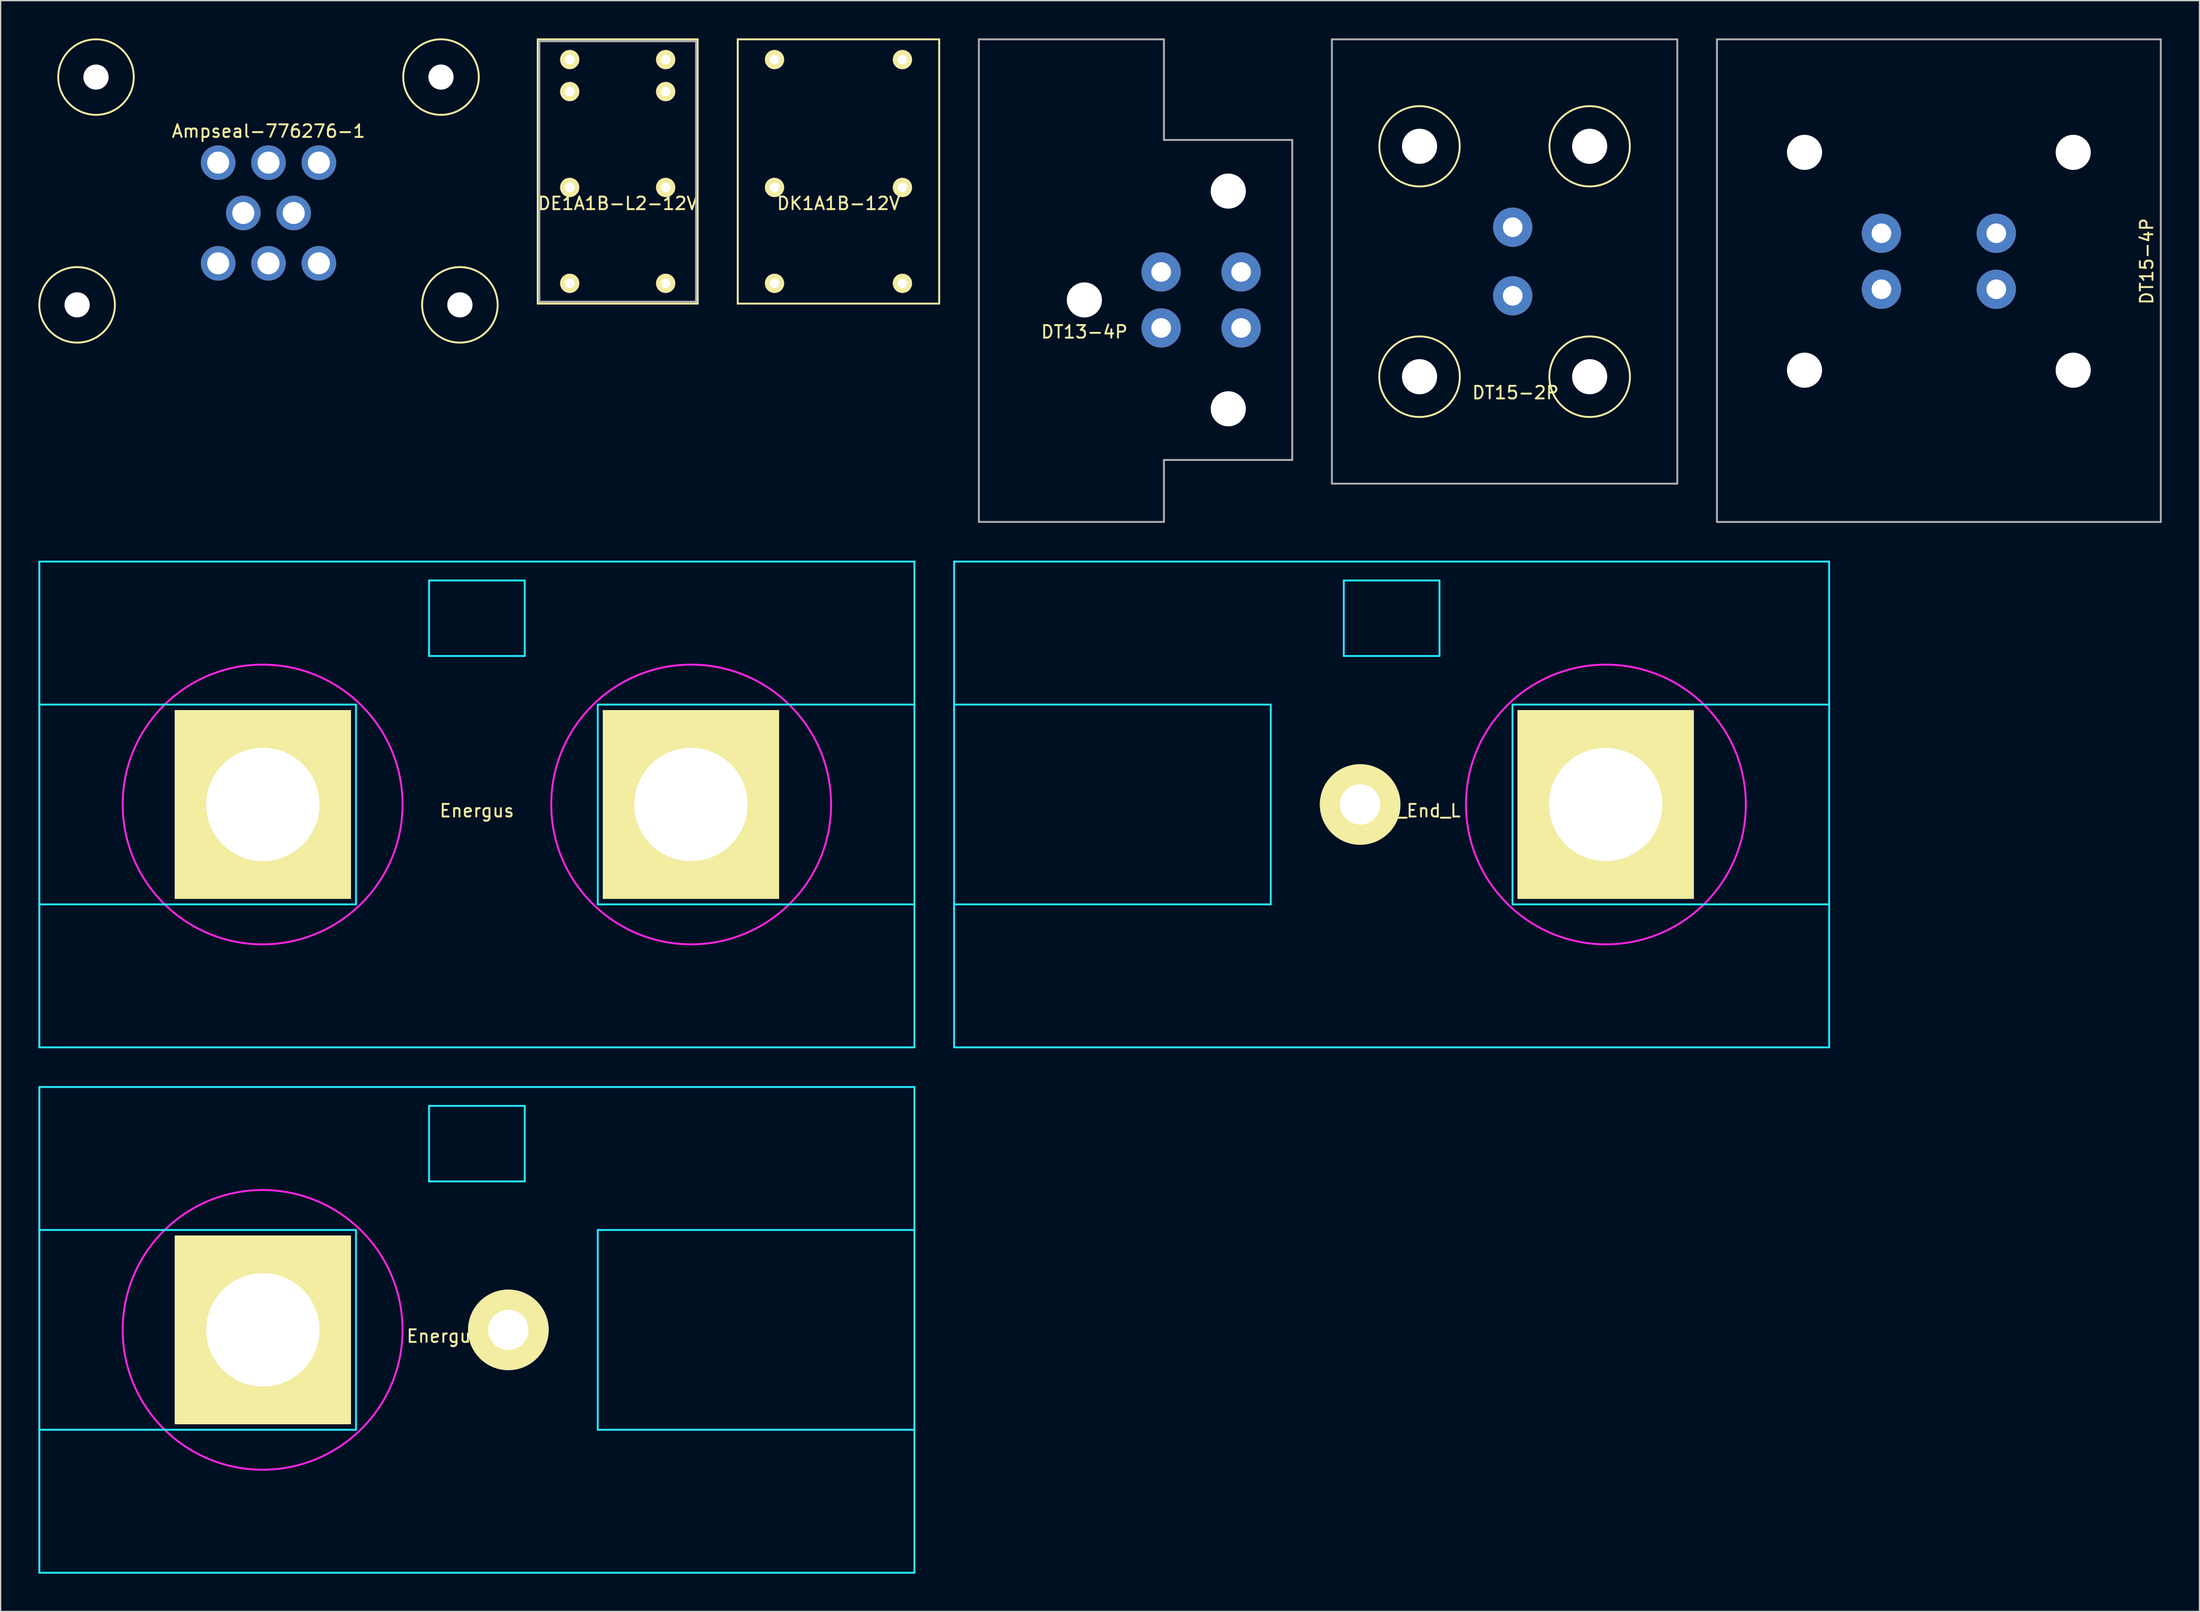
<source format=kicad_pcb>
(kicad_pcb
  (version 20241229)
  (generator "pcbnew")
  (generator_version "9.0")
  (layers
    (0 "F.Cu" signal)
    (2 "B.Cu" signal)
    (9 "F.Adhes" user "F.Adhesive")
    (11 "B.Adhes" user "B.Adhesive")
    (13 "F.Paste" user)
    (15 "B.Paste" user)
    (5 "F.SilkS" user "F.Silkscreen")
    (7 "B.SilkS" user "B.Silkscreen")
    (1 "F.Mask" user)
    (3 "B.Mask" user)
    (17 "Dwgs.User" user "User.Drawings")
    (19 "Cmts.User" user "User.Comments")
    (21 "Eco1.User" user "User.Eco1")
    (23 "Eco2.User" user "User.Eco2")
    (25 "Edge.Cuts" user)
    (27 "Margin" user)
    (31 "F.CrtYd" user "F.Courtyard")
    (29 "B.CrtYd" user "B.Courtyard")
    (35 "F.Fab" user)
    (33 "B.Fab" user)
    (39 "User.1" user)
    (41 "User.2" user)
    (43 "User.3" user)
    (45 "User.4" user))
  (footprint "DT15-2P"
    (layer "F.Cu")
    (at 109.692 26.885)
    (property "Reference" "DT15-2P" (at 7.62 1.27 0) (layer "F.SilkS") (effects (font (size 1 1) (thickness 0.15))))
    (attr through_hole)
    (fp_circle (center 0 -18.31) (end 0 -21.5) (stroke (width 0.15) (type solid)) (fill no) (layer "F.SilkS"))
    (fp_circle (center 0 0) (end 0 -3.2) (stroke (width 0.15) (type solid)) (fill no) (layer "F.SilkS"))
    (fp_circle (center 13.51 -18.31) (end 13.51 -21.5) (stroke (width 0.15) (type solid)) (fill no) (layer "F.SilkS"))
    (fp_circle (center 13.51 0) (end 13.51 -3.2) (stroke (width 0.15) (type solid)) (fill no) (layer "F.SilkS"))
    (fp_line (start -6.96 8.5) (end -6.96 -26.81) (stroke (width 0.15) (type solid)) (layer "F.Fab"))
    (fp_line (start -6.96 8.5) (end 20.47 8.5) (stroke (width 0.15) (type solid)) (layer "F.Fab"))
    (fp_line (start 20.47 -26.81) (end -6.96 -26.81) (stroke (width 0.15) (type solid)) (layer "F.Fab"))
    (fp_line (start 20.47 8.5) (end 20.47 -26.81) (stroke (width 0.15) (type solid)) (layer "F.Fab"))
    (pad "" np_thru_hole circle (at 0 -18.31) (size 2.79 2.79) (drill 2.79) (layers "*.Cu" "*.Mask"))
    (pad "" np_thru_hole circle (at 0 0) (size 2.79 2.79) (drill 2.79) (layers "*.Cu" "*.Mask"))
    (pad "" np_thru_hole circle (at 13.51 -18.31) (size 2.79 2.79) (drill 2.79) (layers "*.Cu" "*.Mask"))
    (pad "" np_thru_hole circle (at 13.51 0) (size 2.79 2.79) (drill 2.79) (layers "*.Cu" "*.Mask"))
    (pad "1" thru_hole circle (at 7.4 -6.43) (size 3.12 3.12) (drill 1.56) (layers "*.Cu" "*.Mask"))
    (pad "2" thru_hole circle (at 7.4 -11.88) (size 3.12 3.12) (drill 1.56) (layers "*.Cu" "*.Mask")))
  (footprint "Ampseal-776276-1"
    (layer "F.Cu")
    (at 18.275 13.875)
    (property "Reference" "Ampseal-776276-1" (at 0 -6.5 0) (layer "F.SilkS") (effects (font (size 1 1) (thickness 0.15))))
    (attr through_hole)
    (fp_circle (center -15.2 7.3) (end -15.2 10.3) (stroke (width 0.15) (type solid)) (fill no) (layer "F.SilkS"))
    (fp_circle (center -13.7 -10.8) (end -10.7 -10.8) (stroke (width 0.15) (type solid)) (fill no) (layer "F.SilkS"))
    (fp_circle (center 13.7 -10.8) (end 16.7 -10.8) (stroke (width 0.15) (type solid)) (fill no) (layer "F.SilkS"))
    (fp_circle (center 15.2 7.3) (end 15.2 10.3) (stroke (width 0.15) (type solid)) (fill no) (layer "F.SilkS"))
    (pad "" np_thru_hole circle (at -15.2 7.3) (size 2 2) (drill 2) (layers "*.Cu" "*.Mask"))
    (pad "" np_thru_hole circle (at -13.7 -10.8) (size 2 2) (drill 2) (layers "*.Cu" "*.Mask"))
    (pad "" np_thru_hole circle (at 13.7 -10.8) (size 2 2) (drill 2) (layers "*.Cu" "*.Mask"))
    (pad "" np_thru_hole circle (at 15.2 7.3) (size 2 2) (drill 2) (layers "*.Cu" "*.Mask"))
    (pad "1" thru_hole circle (at -4 -4) (size 2.75 2.75) (drill 1.75) (layers "*.Cu" "*.Mask"))
    (pad "2" thru_hole circle (at 0 -4) (size 2.75 2.75) (drill 1.75) (layers "*.Cu" "*.Mask"))
    (pad "3" thru_hole circle (at 4 -4) (size 2.75 2.75) (drill 1.75) (layers "*.Cu" "*.Mask"))
    (pad "4" thru_hole circle (at -2 0) (size 2.75 2.75) (drill 1.75) (layers "*.Cu" "*.Mask"))
    (pad "5" thru_hole circle (at 2 0) (size 2.75 2.75) (drill 1.75) (layers "*.Cu" "*.Mask"))
    (pad "6" thru_hole circle (at -4 4) (size 2.75 2.75) (drill 1.75) (layers "*.Cu" "*.Mask"))
    (pad "7" thru_hole circle (at 0 4) (size 2.75 2.75) (drill 1.75) (layers "*.Cu" "*.Mask"))
    (pad "8" thru_hole circle (at 4 4) (size 2.75 2.75) (drill 1.75) (layers "*.Cu" "*.Mask")))
  (footprint "DT13-4P"
    (layer "F.Cu")
    (at 83.072 20.785)
    (property "Reference" "DT13-4P" (at 0 2.54 0) (layer "F.SilkS") (effects (font (size 1 1) (thickness 0.15))))
    (attr through_hole)
    (fp_line (start -8.38 -20.71) (end -8.38 17.64) (stroke (width 0.15) (type solid)) (layer "F.Fab"))
    (fp_line (start 6.32 -20.71) (end -8.38 -20.71) (stroke (width 0.15) (type solid)) (layer "F.Fab"))
    (fp_line (start 6.32 -12.715) (end 6.32 -20.71) (stroke (width 0.15) (type solid)) (layer "F.Fab"))
    (fp_line (start 6.32 12.715) (end 6.32 17.64) (stroke (width 0.15) (type solid)) (layer "F.Fab"))
    (fp_line (start 6.32 17.64) (end -8.38 17.64) (stroke (width 0.15) (type solid)) (layer "F.Fab"))
    (fp_line (start 16.51 -12.715) (end 6.32 -12.715) (stroke (width 0.15) (type solid)) (layer "F.Fab"))
    (fp_line (start 16.51 -12.715) (end 16.51 12.715) (stroke (width 0.15) (type solid)) (layer "F.Fab"))
    (fp_line (start 16.51 12.715) (end 6.32 12.715) (stroke (width 0.15) (type solid)) (layer "F.Fab"))
    (pad "" np_thru_hole circle (at 0 0) (size 2.79 2.79) (drill 2.79) (layers "*.Cu" "*.Mask"))
    (pad "" np_thru_hole circle (at 11.43 -8.65) (size 2.79 2.79) (drill 2.79) (layers "*.Cu" "*.Mask"))
    (pad "" np_thru_hole circle (at 11.43 8.65) (size 2.79 2.79) (drill 2.79) (layers "*.Cu" "*.Mask"))
    (pad "1" thru_hole circle (at 12.45 -2.225) (size 3.12 3.12) (drill 1.56) (layers "*.Cu" "*.Mask"))
    (pad "2" thru_hole circle (at 12.45 2.225) (size 3.12 3.12) (drill 1.56) (layers "*.Cu" "*.Mask"))
    (pad "3" thru_hole circle (at 6.1 2.225) (size 3.12 3.12) (drill 1.56) (layers "*.Cu" "*.Mask"))
    (pad "4" thru_hole circle (at 6.1 -2.225) (size 3.12 3.12) (drill 1.56) (layers "*.Cu" "*.Mask")))
  (footprint "Energus"
    (layer "F.Cu")
    (at 34.825 60.878)
    (property "Reference" "Energus" (at 0 0.5 0) (layer "F.SilkS") (effects (font (size 1 1) (thickness 0.15))))
    (attr through_hole)
    (fp_line (start -34.75 -19.3) (end 34.75 -19.3) (stroke (width 0.15) (type solid)) (layer "B.CrtYd"))
    (fp_line (start -34.75 -7.938) (end -9.6 -7.938) (stroke (width 0.15) (type solid)) (layer "B.CrtYd"))
    (fp_line (start -34.75 7.938) (end -9.6 7.938) (stroke (width 0.15) (type solid)) (layer "B.CrtYd"))
    (fp_line (start -34.75 19.3) (end -34.75 -19.3) (stroke (width 0.15) (type solid)) (layer "B.CrtYd"))
    (fp_line (start -34.75 19.3) (end 34.75 19.3) (stroke (width 0.15) (type solid)) (layer "B.CrtYd"))
    (fp_line (start -9.6 -7.938) (end -9.6 7.938) (stroke (width 0.15) (type solid)) (layer "B.CrtYd"))
    (fp_line (start -3.8 -11.8) (end -3.8 -17.8) (stroke (width 0.15) (type solid)) (layer "B.CrtYd"))
    (fp_line (start 3.8 -17.8) (end -3.8 -17.8) (stroke (width 0.15) (type solid)) (layer "B.CrtYd"))
    (fp_line (start 3.8 -17.8) (end 3.8 -11.8) (stroke (width 0.15) (type solid)) (layer "B.CrtYd"))
    (fp_line (start 3.8 -11.8) (end -3.8 -11.8) (stroke (width 0.15) (type solid)) (layer "B.CrtYd"))
    (fp_line (start 9.6 7.938) (end 9.6 -7.938) (stroke (width 0.15) (type solid)) (layer "B.CrtYd"))
    (fp_line (start 34.75 -7.938) (end 9.6 -7.938) (stroke (width 0.15) (type solid)) (layer "B.CrtYd"))
    (fp_line (start 34.75 7.938) (end 9.6 7.938) (stroke (width 0.15) (type solid)) (layer "B.CrtYd"))
    (fp_line (start 34.75 19.3) (end 34.75 -19.3) (stroke (width 0.15) (type solid)) (layer "B.CrtYd"))
    (fp_circle (center -17.018 0) (end -5.905 0) (stroke (width 0.15) (type solid)) (fill no) (layer "F.CrtYd"))
    (fp_circle (center 17.018 0) (end 28.131 0) (stroke (width 0.15) (type solid)) (fill no) (layer "F.CrtYd"))
    (pad "1" thru_hole rect (at 17 0) (size 14 15) (drill 9) (layers "*.Mask" "B.Cu" "F.SilkS"))
    (pad "2" thru_hole rect (at -17 0) (size 14 15) (drill 9) (layers "*.Mask" "B.Cu" "F.SilkS")))
  (footprint "Energus_End_R"
    (layer "F.Cu")
    (at 34.825 102.628)
    (property "Reference" "Energus_End_R" (at 0 0.5 0) (layer "F.SilkS") (effects (font (size 1 1) (thickness 0.15))))
    (attr through_hole)
    (fp_line (start -34.75 -19.3) (end 34.75 -19.3) (stroke (width 0.15) (type solid)) (layer "B.CrtYd"))
    (fp_line (start -34.75 -7.938) (end -9.6 -7.938) (stroke (width 0.15) (type solid)) (layer "B.CrtYd"))
    (fp_line (start -34.75 7.938) (end -9.6 7.938) (stroke (width 0.15) (type solid)) (layer "B.CrtYd"))
    (fp_line (start -34.75 19.3) (end -34.75 -19.3) (stroke (width 0.15) (type solid)) (layer "B.CrtYd"))
    (fp_line (start -34.75 19.3) (end 34.75 19.3) (stroke (width 0.15) (type solid)) (layer "B.CrtYd"))
    (fp_line (start -9.6 -7.938) (end -9.6 7.938) (stroke (width 0.15) (type solid)) (layer "B.CrtYd"))
    (fp_line (start -3.8 -11.8) (end -3.8 -17.8) (stroke (width 0.15) (type solid)) (layer "B.CrtYd"))
    (fp_line (start 3.8 -17.8) (end -3.8 -17.8) (stroke (width 0.15) (type solid)) (layer "B.CrtYd"))
    (fp_line (start 3.8 -17.8) (end 3.8 -11.8) (stroke (width 0.15) (type solid)) (layer "B.CrtYd"))
    (fp_line (start 3.8 -11.8) (end -3.8 -11.8) (stroke (width 0.15) (type solid)) (layer "B.CrtYd"))
    (fp_line (start 9.6 7.938) (end 9.6 -7.938) (stroke (width 0.15) (type solid)) (layer "B.CrtYd"))
    (fp_line (start 34.75 -7.938) (end 9.6 -7.938) (stroke (width 0.15) (type solid)) (layer "B.CrtYd"))
    (fp_line (start 34.75 7.938) (end 9.6 7.938) (stroke (width 0.15) (type solid)) (layer "B.CrtYd"))
    (fp_line (start 34.75 19.3) (end 34.75 -19.3) (stroke (width 0.15) (type solid)) (layer "B.CrtYd"))
    (fp_circle (center -17.018 0) (end -5.905 0) (stroke (width 0.15) (type solid)) (fill no) (layer "F.CrtYd"))
    (pad "1" thru_hole circle (at 2.5 0) (size 6.4 6.4) (drill 3.2) (layers "*.Mask" "B.Cu" "F.SilkS"))
    (pad "2" thru_hole rect (at -17 0) (size 14 15) (drill 9) (layers "*.Mask" "B.Cu" "F.SilkS")))
  (footprint "DT15-4P"
    (layer "F.Cu")
    (at 150.937 17.712)
    (property "Reference" "DT15-4P" (at 16.51 0 90) (layer "F.SilkS") (effects (font (size 1 1) (thickness 0.15))))
    (attr through_hole)
    (fp_line (start -17.625 -17.637) (end 17.625 -17.637) (stroke (width 0.15) (type solid)) (layer "F.Fab"))
    (fp_line (start -17.625 20.716) (end -17.625 -17.637) (stroke (width 0.15) (type solid)) (layer "F.Fab"))
    (fp_line (start -17.625 20.716) (end 17.625 20.716) (stroke (width 0.15) (type solid)) (layer "F.Fab"))
    (fp_line (start 17.625 20.716) (end 17.625 -17.637) (stroke (width 0.15) (type solid)) (layer "F.Fab"))
    (pad "" np_thru_hole circle (at -10.67 -8.655) (size 2.79 2.79) (drill 2.79) (layers "*.Cu" "*.Mask"))
    (pad "" np_thru_hole circle (at -10.67 8.655) (size 2.79 2.79) (drill 2.79) (layers "*.Cu" "*.Mask"))
    (pad "" np_thru_hole circle (at 10.67 -8.655) (size 2.79 2.79) (drill 2.79) (layers "*.Cu" "*.Mask"))
    (pad "" np_thru_hole circle (at 10.67 8.655) (size 2.79 2.79) (drill 2.79) (layers "*.Cu" "*.Mask"))
    (pad "1" thru_hole circle (at -4.56 2.225) (size 3.12 3.12) (drill 1.56) (layers "*.Cu" "*.Mask"))
    (pad "2" thru_hole circle (at -4.56 -2.225) (size 3.12 3.12) (drill 1.56) (layers "*.Cu" "*.Mask"))
    (pad "3" thru_hole circle (at 4.56 -2.225) (size 3.12 3.12) (drill 1.56) (layers "*.Cu" "*.Mask"))
    (pad "4" thru_hole circle (at 4.56 2.225) (size 3.12 3.12) (drill 1.56) (layers "*.Cu" "*.Mask")))
  (footprint "DK1A1B-12V"
    (layer "F.Cu")
    (at 63.542 11.845)
    (property "Reference" "DK1A1B-12V" (at 0 1.27 0) (layer "F.SilkS") (effects (font (size 1 1) (thickness 0.15))))
    (attr through_hole)
    (fp_line (start -8 -11.77) (end 8 -11.77) (stroke (width 0.15) (type solid)) (layer "F.SilkS"))
    (fp_line (start -8 9.23) (end -8 -11.77) (stroke (width 0.15) (type solid)) (layer "F.SilkS"))
    (fp_line (start 8 -11.77) (end 8 9.23) (stroke (width 0.15) (type solid)) (layer "F.SilkS"))
    (fp_line (start 8 9.23) (end -8 9.23) (stroke (width 0.15) (type solid)) (layer "F.SilkS"))
    (pad "1" thru_hole circle (at -5.08 -10.16) (size 1.524 1.524) (drill 0.762) (layers "*.Cu" "*.Mask" "F.SilkS"))
    (pad "3" thru_hole circle (at -5.08 0) (size 1.524 1.524) (drill 0.762) (layers "*.Cu" "*.Mask" "F.SilkS"))
    (pad "4" thru_hole circle (at -5.08 7.62) (size 1.524 1.524) (drill 0.762) (layers "*.Cu" "*.Mask" "F.SilkS"))
    (pad "5" thru_hole circle (at 5.08 7.62) (size 1.524 1.524) (drill 0.762) (layers "*.Cu" "*.Mask" "F.SilkS"))
    (pad "6" thru_hole circle (at 5.08 0) (size 1.524 1.524) (drill 0.762) (layers "*.Cu" "*.Mask" "F.SilkS"))
    (pad "8" thru_hole circle (at 5.08 -10.16) (size 1.524 1.524) (drill 0.762) (layers "*.Cu" "*.Mask" "F.SilkS")))
  (footprint "DE1A1B-L2-12V"
    (layer "F.Cu")
    (at 42.198 11.845)
    (property "Reference" "DE1A1B-L2-12V" (at 3.81 1.27 0) (layer "F.SilkS") (effects (font (size 1 1) (thickness 0.15))))
    (attr through_hole)
    (fp_line (start -2.54 -11.77) (end 10.16 -11.77) (stroke (width 0.15) (type solid)) (layer "F.SilkS"))
    (fp_line (start -2.54 9.23) (end -2.54 -11.77) (stroke (width 0.15) (type solid)) (layer "F.SilkS"))
    (fp_line (start 10.16 -11.77) (end 10.16 9.23) (stroke (width 0.15) (type solid)) (layer "F.SilkS"))
    (fp_line (start 10.16 9.23) (end -2.54 9.23) (stroke (width 0.15) (type solid)) (layer "F.SilkS"))
    (fp_line (start -2.413 -11.62) (end 10.033 -11.62) (stroke (width 0.15) (type solid)) (layer "F.Fab"))
    (fp_line (start -2.413 9.081) (end -2.413 -11.62) (stroke (width 0.15) (type solid)) (layer "F.Fab"))
    (fp_line (start 10.033 -11.62) (end 10.033 9.081) (stroke (width 0.15) (type solid)) (layer "F.Fab"))
    (fp_line (start 10.033 9.081) (end -2.413 9.081) (stroke (width 0.15) (type solid)) (layer "F.Fab"))
    (pad "1" thru_hole circle (at 0 -10.16) (size 1.524 1.524) (drill 0.762) (layers "*.Cu" "*.Mask" "F.SilkS"))
    (pad "2" thru_hole circle (at 0 -7.62) (size 1.524 1.524) (drill 0.762) (layers "*.Cu" "*.Mask" "F.SilkS"))
    (pad "3" thru_hole circle (at 0 0) (size 1.524 1.524) (drill 0.762) (layers "*.Cu" "*.Mask" "F.SilkS"))
    (pad "4" thru_hole circle (at 0 7.62) (size 1.524 1.524) (drill 0.762) (layers "*.Cu" "*.Mask" "F.SilkS"))
    (pad "5" thru_hole circle (at 7.62 7.62) (size 1.524 1.524) (drill 0.762) (layers "*.Cu" "*.Mask" "F.SilkS"))
    (pad "6" thru_hole circle (at 7.62 0) (size 1.524 1.524) (drill 0.762) (layers "*.Cu" "*.Mask" "F.SilkS"))
    (pad "7" thru_hole circle (at 7.62 -7.62) (size 1.524 1.524) (drill 0.762) (layers "*.Cu" "*.Mask" "F.SilkS"))
    (pad "8" thru_hole circle (at 7.62 -10.16) (size 1.524 1.524) (drill 0.762) (layers "*.Cu" "*.Mask" "F.SilkS")))
  (footprint "Energus_End_L"
    (layer "F.Cu")
    (at 107.475 60.878)
    (property "Reference" "Energus_End_L" (at 0 0.5 0) (layer "F.SilkS") (effects (font (size 1 1) (thickness 0.15))))
    (attr through_hole)
    (fp_line (start -34.75 -19.3) (end 34.75 -19.3) (stroke (width 0.15) (type solid)) (layer "B.CrtYd"))
    (fp_line (start -34.75 -7.938) (end -9.6 -7.938) (stroke (width 0.15) (type solid)) (layer "B.CrtYd"))
    (fp_line (start -34.75 7.938) (end -9.6 7.938) (stroke (width 0.15) (type solid)) (layer "B.CrtYd"))
    (fp_line (start -34.75 19.3) (end -34.75 -19.3) (stroke (width 0.15) (type solid)) (layer "B.CrtYd"))
    (fp_line (start -34.75 19.3) (end 34.75 19.3) (stroke (width 0.15) (type solid)) (layer "B.CrtYd"))
    (fp_line (start -9.6 -7.938) (end -9.6 7.938) (stroke (width 0.15) (type solid)) (layer "B.CrtYd"))
    (fp_line (start -3.8 -11.8) (end -3.8 -17.8) (stroke (width 0.15) (type solid)) (layer "B.CrtYd"))
    (fp_line (start 3.8 -17.8) (end -3.8 -17.8) (stroke (width 0.15) (type solid)) (layer "B.CrtYd"))
    (fp_line (start 3.8 -17.8) (end 3.8 -11.8) (stroke (width 0.15) (type solid)) (layer "B.CrtYd"))
    (fp_line (start 3.8 -11.8) (end -3.8 -11.8) (stroke (width 0.15) (type solid)) (layer "B.CrtYd"))
    (fp_line (start 9.6 7.938) (end 9.6 -7.938) (stroke (width 0.15) (type solid)) (layer "B.CrtYd"))
    (fp_line (start 34.75 -7.938) (end 9.6 -7.938) (stroke (width 0.15) (type solid)) (layer "B.CrtYd"))
    (fp_line (start 34.75 7.938) (end 9.6 7.938) (stroke (width 0.15) (type solid)) (layer "B.CrtYd"))
    (fp_line (start 34.75 19.3) (end 34.75 -19.3) (stroke (width 0.15) (type solid)) (layer "B.CrtYd"))
    (fp_circle (center 17.018 0) (end 28.131 0) (stroke (width 0.15) (type solid)) (fill no) (layer "F.CrtYd"))
    (pad "1" thru_hole rect (at 17 0) (size 14 15) (drill 9) (layers "*.Mask" "B.Cu" "F.SilkS"))
    (pad "2" thru_hole circle (at -2.5 0) (size 6.4 6.4) (drill 3.2) (layers "*.Mask" "B.Cu" "F.SilkS")))
  (gr_rect
    (start -3 -3)
    (end 171.637 125.003)
    (stroke (width 0.1) (type default))
    (fill no)
    (layer "Edge.Cuts")))
</source>
